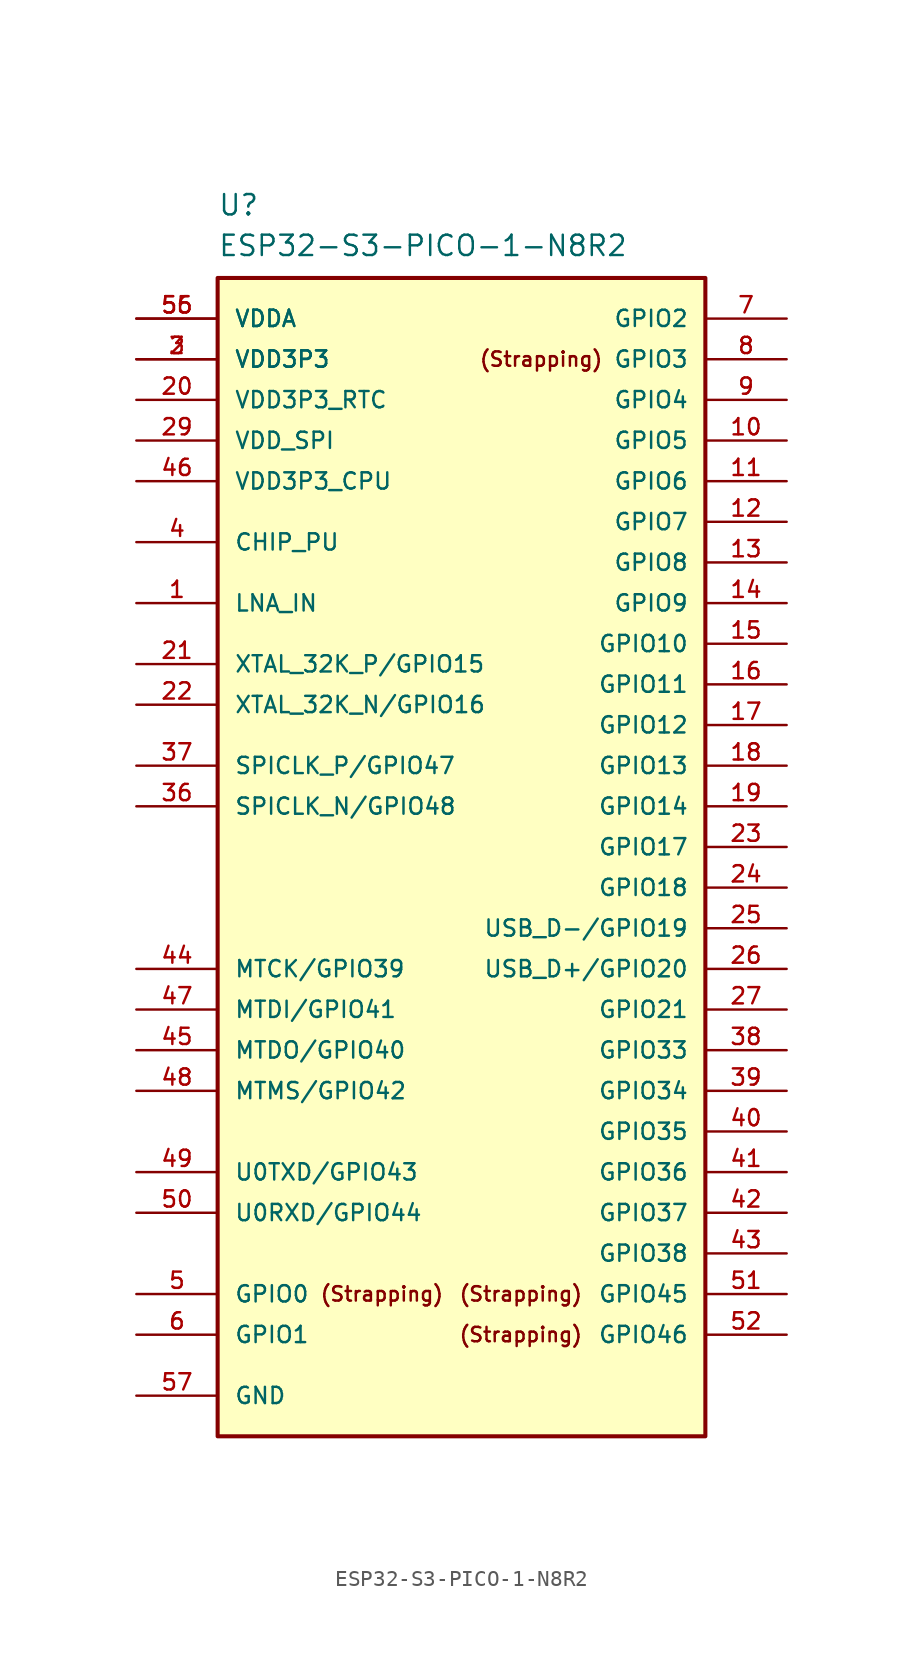
<source format=kicad_sym>
(kicad_symbol_lib
  (version 20241209)
  (generator "kicad_symbol_editor")
  (generator_version "9.0")
  (symbol "ESP32-S3-PICO-1-N8R2"
    (pin_names
      (offset 1.016))
    (property "Reference" "U"
      (at -15.24 41.91 0)
      (effects (font (size 1.27 1.27)) (justify left bottom)))
    (property "Value" "ESP32-S3-PICO-1-N8R2"
      (at -15.24 39.37 0)
      (effects (font (size 1.27 1.27)) (justify left bottom)))
    (symbol "ESP32-S3-PICO-1-N8R2_0_0"
      (rectangle (start -15.24 38.1) (end 15.24 -34.29) (stroke (width 0.254) (type default)) (fill (type background)))
      (pin power_in line (at -20.32 35.56 0) (length 5.08) (name "VDDA" (effects (font (size 1.016 1.016)))) (number "55" (effects (font (size 1.016 1.016)))))
      (pin power_in line (at -20.32 35.56 0) (length 5.08) (name "VDDA" (effects (font (size 1.016 1.016)))) (number "56" (effects (font (size 1.016 1.016)))))
      (pin power_in line (at -20.32 33.02 0) (length 5.08) (name "VDD3P3" (effects (font (size 1.016 1.016)))) (number "2" (effects (font (size 1.016 1.016)))))
      (pin power_in line (at -20.32 33.02 0) (length 5.08) (name "VDD3P3" (effects (font (size 1.016 1.016)))) (number "3" (effects (font (size 1.016 1.016)))))
      (pin power_in line (at -20.32 30.48 0) (length 5.08) (name "VDD3P3_RTC" (effects (font (size 1.016 1.016)))) (number "20" (effects (font (size 1.016 1.016)))))
      (pin power_in line (at -20.32 27.94 0) (length 5.08) (name "VDD_SPI" (effects (font (size 1.016 1.016)))) (number "29" (effects (font (size 1.016 1.016)))))
      (pin power_in line (at -20.32 25.4 0) (length 5.08) (name "VDD3P3_CPU" (effects (font (size 1.016 1.016)))) (number "46" (effects (font (size 1.016 1.016)))))
      (pin input line (at -20.32 21.59 0) (length 5.08) (name "CHIP_PU" (effects (font (size 1.016 1.016)))) (number "4" (effects (font (size 1.016 1.016)))))
      (pin bidirectional line (at -20.32 17.78 0) (length 5.08) (name "LNA_IN" (effects (font (size 1.016 1.016)))) (number "1" (effects (font (size 1.016 1.016)))))
      (pin bidirectional line (at -20.32 -25.4 0) (length 5.08) (name "GPIO0" (effects (font (size 1.016 1.016)))) (number "5" (effects (font (size 1.016 1.016)))))
      (pin bidirectional line (at -20.32 -27.94 0) (length 5.08) (name "GPIO1" (effects (font (size 1.016 1.016)))) (number "6" (effects (font (size 1.016 1.016)))))
      (pin power_in line (at -20.32 -31.75 0) (length 5.08) (name "GND" (effects (font (size 1.016 1.016)))) (number "57" (effects (font (size 1.016 1.016)))))
      (pin bidirectional line (at 20.32 35.56 180) (length 5.08) (name "GPIO2" (effects (font (size 1.016 1.016)))) (number "7" (effects (font (size 1.016 1.016)))))
      (pin bidirectional line (at 20.32 33.02 180) (length 5.08) (name "GPIO3" (effects (font (size 1.016 1.016)))) (number "8" (effects (font (size 1.016 1.016)))))
      (pin bidirectional line (at 20.32 30.48 180) (length 5.08) (name "GPIO4" (effects (font (size 1.016 1.016)))) (number "9" (effects (font (size 1.016 1.016)))))
      (pin bidirectional line (at 20.32 27.94 180) (length 5.08) (name "GPIO5" (effects (font (size 1.016 1.016)))) (number "10" (effects (font (size 1.016 1.016)))))
      (pin bidirectional line (at 20.32 25.4 180) (length 5.08) (name "GPIO6" (effects (font (size 1.016 1.016)))) (number "11" (effects (font (size 1.016 1.016)))))
      (pin bidirectional line (at 20.32 22.86 180) (length 5.08) (name "GPIO7" (effects (font (size 1.016 1.016)))) (number "12" (effects (font (size 1.016 1.016)))))
      (pin bidirectional line (at 20.32 20.32 180) (length 5.08) (name "GPIO8" (effects (font (size 1.016 1.016)))) (number "13" (effects (font (size 1.016 1.016)))))
      (pin bidirectional line (at 20.32 17.78 180) (length 5.08) (name "GPIO9" (effects (font (size 1.016 1.016)))) (number "14" (effects (font (size 1.016 1.016)))))
      (pin bidirectional line (at 20.32 15.24 180) (length 5.08) (name "GPIO10" (effects (font (size 1.016 1.016)))) (number "15" (effects (font (size 1.016 1.016)))))
      (pin bidirectional line (at 20.32 12.7 180) (length 5.08) (name "GPIO11" (effects (font (size 1.016 1.016)))) (number "16" (effects (font (size 1.016 1.016)))))
      (pin bidirectional line (at 20.32 10.16 180) (length 5.08) (name "GPIO12" (effects (font (size 1.016 1.016)))) (number "17" (effects (font (size 1.016 1.016)))))
      (pin bidirectional line (at 20.32 7.62 180) (length 5.08) (name "GPIO13" (effects (font (size 1.016 1.016)))) (number "18" (effects (font (size 1.016 1.016)))))
      (pin bidirectional line (at 20.32 5.08 180) (length 5.08) (name "GPIO14" (effects (font (size 1.016 1.016)))) (number "19" (effects (font (size 1.016 1.016)))))
      (pin bidirectional line (at 20.32 2.54 180) (length 5.08) (name "GPIO17" (effects (font (size 1.016 1.016)))) (number "23" (effects (font (size 1.016 1.016)))))
      (pin bidirectional line (at 20.32 0 180) (length 5.08) (name "GPIO18" (effects (font (size 1.016 1.016)))) (number "24" (effects (font (size 1.016 1.016)))))
      (pin bidirectional line (at 20.32 -7.62 180) (length 5.08) (name "GPIO21" (effects (font (size 1.016 1.016)))) (number "27" (effects (font (size 1.016 1.016)))))
      (pin bidirectional line (at 20.32 -10.16 180) (length 5.08) (name "GPIO33" (effects (font (size 1.016 1.016)))) (number "38" (effects (font (size 1.016 1.016)))))
      (pin bidirectional line (at 20.32 -12.7 180) (length 5.08) (name "GPIO34" (effects (font (size 1.016 1.016)))) (number "39" (effects (font (size 1.016 1.016)))))
      (pin bidirectional line (at 20.32 -15.24 180) (length 5.08) (name "GPIO35" (effects (font (size 1.016 1.016)))) (number "40" (effects (font (size 1.016 1.016)))))
      (pin bidirectional line (at 20.32 -17.78 180) (length 5.08) (name "GPIO36" (effects (font (size 1.016 1.016)))) (number "41" (effects (font (size 1.016 1.016)))))
      (pin bidirectional line (at 20.32 -20.32 180) (length 5.08) (name "GPIO37" (effects (font (size 1.016 1.016)))) (number "42" (effects (font (size 1.016 1.016)))))
      (pin bidirectional line (at 20.32 -22.86 180) (length 5.08) (name "GPIO38" (effects (font (size 1.016 1.016)))) (number "43" (effects (font (size 1.016 1.016)))))
      (pin bidirectional line (at 20.32 -25.4 180) (length 5.08) (name "GPIO45" (effects (font (size 1.016 1.016)))) (number "51" (effects (font (size 1.016 1.016)))))
      (pin bidirectional line (at 20.32 -27.94 180) (length 5.08) (name "GPIO46" (effects (font (size 1.016 1.016)))) (number "52" (effects (font (size 1.016 1.016))))))
    (symbol "ESP32-S3-PICO-1-N8R2_1_0"
      (pin bidirectional line (at -20.32 13.97 0) (length 5.08) (name "XTAL_32K_P/GPIO15" (effects (font (size 1.016 1.016)))) (number "21" (effects (font (size 1.016 1.016)))))
      (pin bidirectional line (at -20.32 11.43 0) (length 5.08) (name "XTAL_32K_N/GPIO16" (effects (font (size 1.016 1.016)))) (number "22" (effects (font (size 1.016 1.016)))))
      (pin bidirectional line (at -20.32 7.62 0) (length 5.08) (name "SPICLK_P/GPIO47" (effects (font (size 1.016 1.016)))) (number "37" (effects (font (size 1.016 1.016)))))
      (pin bidirectional line (at -20.32 5.08 0) (length 5.08) (name "SPICLK_N/GPIO48" (effects (font (size 1.016 1.016)))) (number "36" (effects (font (size 1.016 1.016)))))
      (pin bidirectional line (at -20.32 -5.08 0) (length 5.08) (name "MTCK/GPIO39" (effects (font (size 1.016 1.016)))) (number "44" (effects (font (size 1.016 1.016)))))
      (pin bidirectional line (at -20.32 -7.62 0) (length 5.08) (name "MTDI/GPIO41" (effects (font (size 1.016 1.016)))) (number "47" (effects (font (size 1.016 1.016)))))
      (pin bidirectional line (at -20.32 -10.16 0) (length 5.08) (name "MTDO/GPIO40" (effects (font (size 1.016 1.016)))) (number "45" (effects (font (size 1.016 1.016)))))
      (pin bidirectional line (at -20.32 -12.7 0) (length 5.08) (name "MTMS/GPIO42" (effects (font (size 1.016 1.016)))) (number "48" (effects (font (size 1.016 1.016)))))
      (pin bidirectional line (at -20.32 -17.78 0) (length 5.08) (name "U0TXD/GPIO43" (effects (font (size 1.016 1.016)))) (number "49" (effects (font (size 1.016 1.016)))))
      (pin bidirectional line (at -20.32 -20.32 0) (length 5.08) (name "U0RXD/GPIO44" (effects (font (size 1.016 1.016)))) (number "50" (effects (font (size 1.016 1.016)))))
      (pin no_connect line (at -15.24 10.16 0) (length 5.08) (hide yes) (name "SPICS1" (effects (font (size 1.016 1.016)))) (number "28" (effects (font (size 1.016 1.016)))))
      (pin no_connect line (at 15.24 -31.75 180) (length 5.08) (hide yes) (name "NC" (effects (font (size 1.016 1.016)))) (number "30" (effects (font (size 1.016 1.016)))))
      (pin no_connect line (at 15.24 -31.75 180) (length 5.08) (hide yes) (name "NC" (effects (font (size 1.016 1.016)))) (number "31" (effects (font (size 1.016 1.016)))))
      (pin no_connect line (at 15.24 -31.75 180) (length 5.08) (hide yes) (name "NC" (effects (font (size 1.016 1.016)))) (number "32" (effects (font (size 1.016 1.016)))))
      (pin no_connect line (at 15.24 -31.75 180) (length 5.08) (hide yes) (name "NC" (effects (font (size 1.016 1.016)))) (number "33" (effects (font (size 1.016 1.016)))))
      (pin no_connect line (at 15.24 -31.75 180) (length 5.08) (hide yes) (name "NC" (effects (font (size 1.016 1.016)))) (number "34" (effects (font (size 1.016 1.016)))))
      (pin no_connect line (at 15.24 -31.75 180) (length 5.08) (hide yes) (name "NC" (effects (font (size 1.016 1.016)))) (number "35" (effects (font (size 1.016 1.016)))))
      (pin no_connect line (at 15.24 -31.75 180) (length 5.08) (hide yes) (name "NC" (effects (font (size 1.016 1.016)))) (number "53" (effects (font (size 1.016 1.016)))))
      (pin no_connect line (at 15.24 -31.75 180) (length 5.08) (hide yes) (name "NC" (effects (font (size 1.016 1.016)))) (number "54" (effects (font (size 1.016 1.016)))))
      (pin bidirectional line (at 20.32 -2.54 180) (length 5.08) (name "USB_D-/GPIO19" (effects (font (size 1.016 1.016)))) (number "25" (effects (font (size 1.016 1.016)))))
      (pin bidirectional line (at 20.32 -5.08 180) (length 5.08) (name "USB_D+/GPIO20" (effects (font (size 1.016 1.016)))) (number "26" (effects (font (size 1.016 1.016))))))
    (symbol "ESP32-S3-PICO-1-N8R2_1_1"
      (text "(Strapping)" (at -8.89 -25.4 0) (effects (font (size 0.9 0.9)) (justify left)))
      (text "(Strapping)" (at 7.62 -25.4 0) (effects (font (size 0.9 0.9)) (justify right)))
      (text "(Strapping)" (at 7.62 -27.94 0) (effects (font (size 0.9 0.9)) (justify right)))
      (text "(Strapping)" (at 8.89 33.02 0) (effects (font (size 0.9 0.9)) (justify right))))))
</source>
